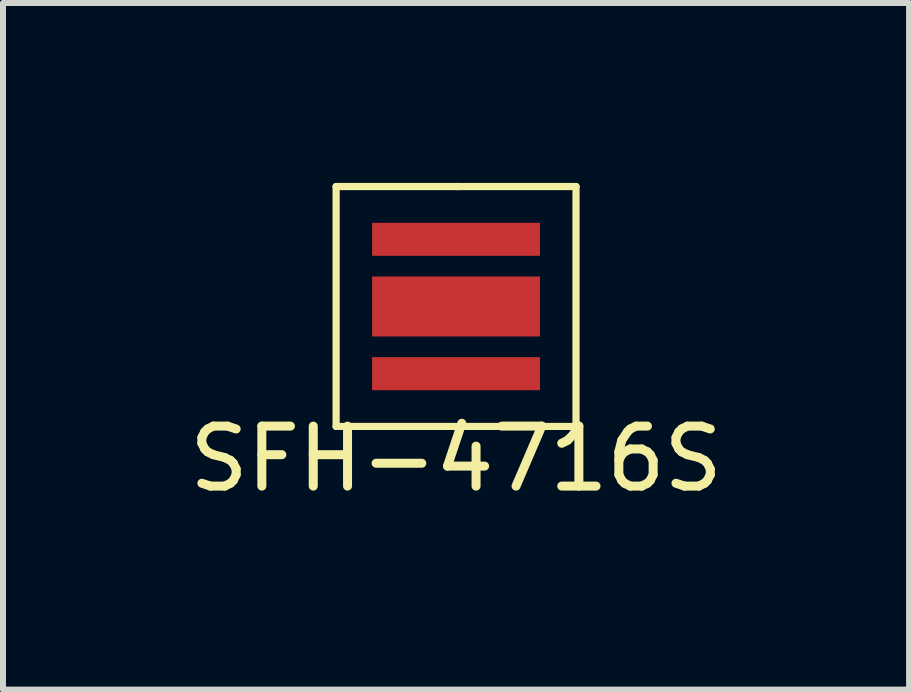
<source format=kicad_pcb>
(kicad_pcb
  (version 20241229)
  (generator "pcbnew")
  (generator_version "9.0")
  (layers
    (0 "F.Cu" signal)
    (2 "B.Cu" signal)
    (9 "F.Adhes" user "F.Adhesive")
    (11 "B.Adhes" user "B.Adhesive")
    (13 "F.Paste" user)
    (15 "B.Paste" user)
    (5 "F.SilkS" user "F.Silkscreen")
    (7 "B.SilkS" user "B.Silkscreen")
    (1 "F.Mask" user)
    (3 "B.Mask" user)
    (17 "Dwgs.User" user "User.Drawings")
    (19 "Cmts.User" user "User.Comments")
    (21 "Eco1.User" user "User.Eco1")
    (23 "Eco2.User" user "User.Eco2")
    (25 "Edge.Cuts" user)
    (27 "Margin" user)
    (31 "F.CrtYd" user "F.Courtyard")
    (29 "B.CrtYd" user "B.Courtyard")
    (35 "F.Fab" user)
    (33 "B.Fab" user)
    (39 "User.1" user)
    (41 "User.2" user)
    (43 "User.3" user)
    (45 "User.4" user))
  (footprint "SFH-4716S"
    (layer "F.Cu")
    (at 4.554 2.06)
    (property "Reference" "SFH-4716S" (at 0 2.54 0) (layer "F.SilkS") (effects (font (size 1 1) (thickness 0.15))))
    (attr through_hole)
    (fp_line (start -2 -2) (end 0.05 -2) (stroke (width 0.12) (type solid)) (layer "F.SilkS"))
    (fp_line (start -2 2) (end -2 -2) (stroke (width 0.12) (type solid)) (layer "F.SilkS"))
    (fp_line (start 0 -2) (end 2 -2) (stroke (width 0.12) (type solid)) (layer "F.SilkS"))
    (fp_line (start 2 -2) (end 2 2) (stroke (width 0.12) (type solid)) (layer "F.SilkS"))
    (fp_line (start 2 2) (end -2 2) (stroke (width 0.12) (type solid)) (layer "F.SilkS"))
    (pad "1" smd rect (at 0 -1.12) (size 2.8 0.55) (layers "F.Cu" "F.Mask" "F.Paste"))
    (pad "2" smd rect (at 0 0) (size 2.8 1) (layers "F.Cu" "F.Mask" "F.Paste"))
    (pad "3" smd rect (at 0 1.12) (size 2.8 0.55) (layers "F.Cu" "F.Mask" "F.Paste")))
  (gr_rect
    (start -3 -3)
    (end 12.107 8.448)
    (stroke (width 0.1) (type default))
    (fill no)
    (layer "Edge.Cuts")))
</source>
